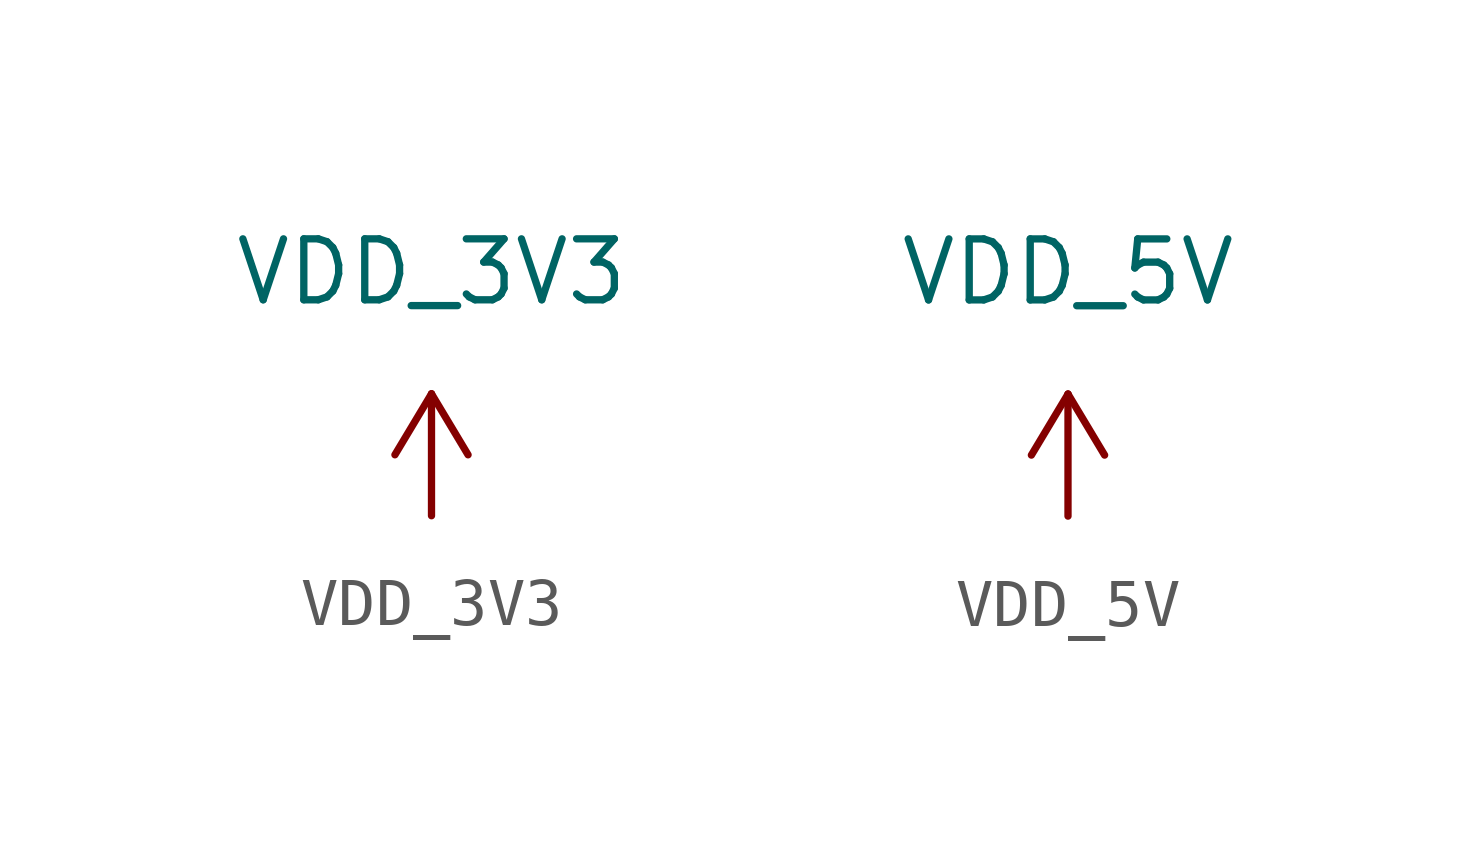
<source format=kicad_sym>
(kicad_symbol_lib
  (version 20211014)
  (generator kicad_symbol_editor)
  (symbol "VDD_3V3"
    (power)
    (pin_names
      (offset 0))
    (property "Reference" "#PWR01"
      (at 0 -3.81 0)
      (effects (font (size 1.27 1.27)) hide))
    (property "Value" "VDD_3V3"
      (at 0 5.08 0)
      (effects (font (size 1.27 1.27))))
    (symbol "VDD_3V3_0_1"
      (polyline (pts (xy -0.762 1.27) (xy 0 2.54)) (stroke (width 0) (type default) (color 0 0 0 0)) (fill (type none)))
      (polyline (pts (xy 0 0) (xy 0 2.54)) (stroke (width 0) (type default) (color 0 0 0 0)) (fill (type none)))
      (polyline (pts (xy 0 2.54) (xy 0.762 1.27)) (stroke (width 0) (type default) (color 0 0 0 0)) (fill (type none))))
    (symbol "VDD_3V3_1_1"
      (pin power_in line (at 0 0 90) (length 0) hide (name "VDD_3V3" (effects (font (size 1.27 1.27)))) (number "1" (effects (font (size 1.27 1.27)))))))
  (symbol "VDD_5V"
    (power)
    (pin_names
      (offset 0))
    (property "Reference" "#PWR01"
      (at 0 -3.81 0)
      (effects (font (size 1.27 1.27)) hide))
    (property "Value" "VDD_5V"
      (at 0 5.08 0)
      (effects (font (size 1.27 1.27))))
    (symbol "VDD_5V_0_1"
      (polyline (pts (xy -0.762 1.27) (xy 0 2.54)) (stroke (width 0) (type default) (color 0 0 0 0)) (fill (type none)))
      (polyline (pts (xy 0 0) (xy 0 2.54)) (stroke (width 0) (type default) (color 0 0 0 0)) (fill (type none)))
      (polyline (pts (xy 0 2.54) (xy 0.762 1.27)) (stroke (width 0) (type default) (color 0 0 0 0)) (fill (type none))))
    (symbol "VDD_5V_1_1"
      (pin power_in line (at 0 0 90) (length 0) hide (name "VDD_5V" (effects (font (size 1.27 1.27)))) (number "1" (effects (font (size 1.27 1.27))))))))
</source>
